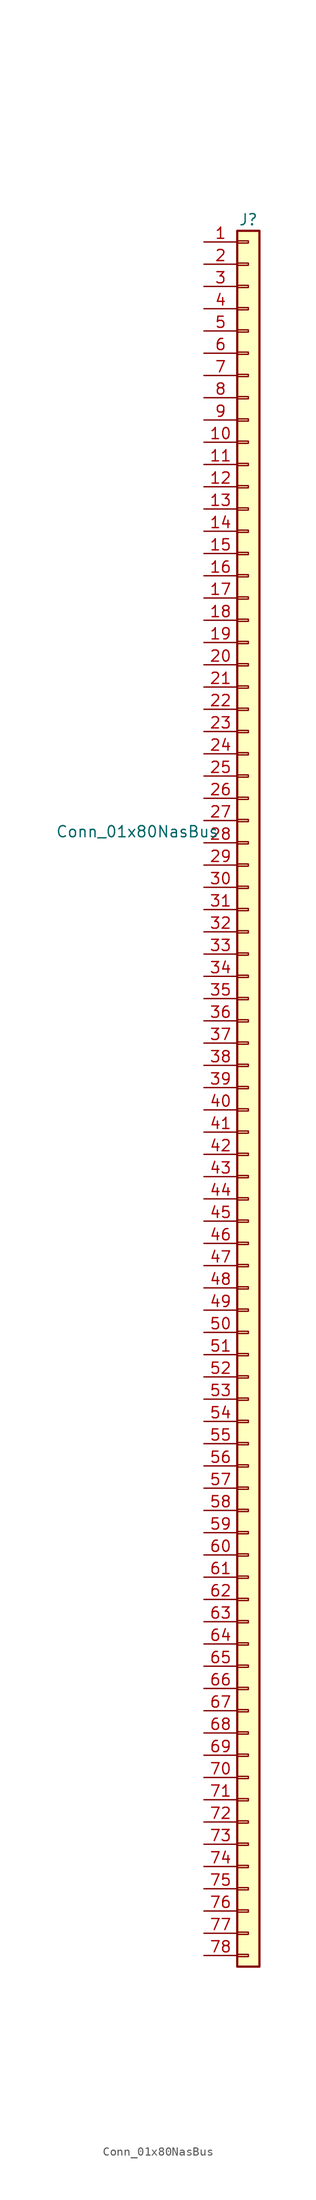
<source format=kicad_sym>
(kicad_symbol_lib
  (version 20211014)
  (generator kicad_symbol_editor)
  (symbol "Conn_01x80NasBus"
    (pin_names
      (offset 1.016) hide)
    (property "Reference" "J"
      (at 5.08 101.6 0)
      (effects (font (size 1.27 1.27))))
    (property "Value" "Conn_01x80NasBus"
      (at -7.62 31.75 0)
      (effects (font (size 1.27 1.27))))
    (symbol "Conn_01x80NasBus_1_1"
      (rectangle (start 3.81 -96.393) (end 5.08 -96.647) (stroke (width 0.152) (type default) (color 0 0 0 0)) (fill (type none)))
      (rectangle (start 3.81 -93.853) (end 5.08 -94.107) (stroke (width 0.152) (type default) (color 0 0 0 0)) (fill (type none)))
      (rectangle (start 3.81 -91.313) (end 5.08 -91.567) (stroke (width 0.152) (type default) (color 0 0 0 0)) (fill (type none)))
      (rectangle (start 3.81 -88.773) (end 5.08 -89.027) (stroke (width 0.152) (type default) (color 0 0 0 0)) (fill (type none)))
      (rectangle (start 3.81 -86.233) (end 5.08 -86.487) (stroke (width 0.152) (type default) (color 0 0 0 0)) (fill (type none)))
      (rectangle (start 3.81 -83.693) (end 5.08 -83.947) (stroke (width 0.152) (type default) (color 0 0 0 0)) (fill (type none)))
      (rectangle (start 3.81 -81.153) (end 5.08 -81.407) (stroke (width 0.152) (type default) (color 0 0 0 0)) (fill (type none)))
      (rectangle (start 3.81 -78.613) (end 5.08 -78.867) (stroke (width 0.152) (type default) (color 0 0 0 0)) (fill (type none)))
      (rectangle (start 3.81 -76.073) (end 5.08 -76.327) (stroke (width 0.152) (type default) (color 0 0 0 0)) (fill (type none)))
      (rectangle (start 3.81 -73.533) (end 5.08 -73.787) (stroke (width 0.152) (type default) (color 0 0 0 0)) (fill (type none)))
      (rectangle (start 3.81 -70.993) (end 5.08 -71.247) (stroke (width 0.152) (type default) (color 0 0 0 0)) (fill (type none)))
      (rectangle (start 3.81 -68.453) (end 5.08 -68.707) (stroke (width 0.152) (type default) (color 0 0 0 0)) (fill (type none)))
      (rectangle (start 3.81 -65.913) (end 5.08 -66.167) (stroke (width 0.152) (type default) (color 0 0 0 0)) (fill (type none)))
      (rectangle (start 3.81 -63.373) (end 5.08 -63.627) (stroke (width 0.152) (type default) (color 0 0 0 0)) (fill (type none)))
      (rectangle (start 3.81 -60.833) (end 5.08 -61.087) (stroke (width 0.152) (type default) (color 0 0 0 0)) (fill (type none)))
      (rectangle (start 3.81 -58.293) (end 5.08 -58.547) (stroke (width 0.152) (type default) (color 0 0 0 0)) (fill (type none)))
      (rectangle (start 3.81 -55.753) (end 5.08 -56.007) (stroke (width 0.152) (type default) (color 0 0 0 0)) (fill (type none)))
      (rectangle (start 3.81 -53.213) (end 5.08 -53.467) (stroke (width 0.152) (type default) (color 0 0 0 0)) (fill (type none)))
      (rectangle (start 3.81 -50.673) (end 5.08 -50.927) (stroke (width 0.152) (type default) (color 0 0 0 0)) (fill (type none)))
      (rectangle (start 3.81 -48.133) (end 5.08 -48.387) (stroke (width 0.152) (type default) (color 0 0 0 0)) (fill (type none)))
      (rectangle (start 3.81 -45.593) (end 5.08 -45.847) (stroke (width 0.152) (type default) (color 0 0 0 0)) (fill (type none)))
      (rectangle (start 3.81 -43.053) (end 5.08 -43.307) (stroke (width 0.152) (type default) (color 0 0 0 0)) (fill (type none)))
      (rectangle (start 3.81 -40.513) (end 5.08 -40.767) (stroke (width 0.152) (type default) (color 0 0 0 0)) (fill (type none)))
      (rectangle (start 3.81 -37.973) (end 5.08 -38.227) (stroke (width 0.152) (type default) (color 0 0 0 0)) (fill (type none)))
      (rectangle (start 3.81 -35.433) (end 5.08 -35.687) (stroke (width 0.152) (type default) (color 0 0 0 0)) (fill (type none)))
      (rectangle (start 3.81 -32.893) (end 5.08 -33.147) (stroke (width 0.152) (type default) (color 0 0 0 0)) (fill (type none)))
      (rectangle (start 3.81 -30.353) (end 5.08 -30.607) (stroke (width 0.152) (type default) (color 0 0 0 0)) (fill (type none)))
      (rectangle (start 3.81 -27.813) (end 5.08 -28.067) (stroke (width 0.152) (type default) (color 0 0 0 0)) (fill (type none)))
      (rectangle (start 3.81 -25.273) (end 5.08 -25.527) (stroke (width 0.152) (type default) (color 0 0 0 0)) (fill (type none)))
      (rectangle (start 3.81 -22.733) (end 5.08 -22.987) (stroke (width 0.152) (type default) (color 0 0 0 0)) (fill (type none)))
      (rectangle (start 3.81 -20.193) (end 5.08 -20.447) (stroke (width 0.152) (type default) (color 0 0 0 0)) (fill (type none)))
      (rectangle (start 3.81 -17.653) (end 5.08 -17.907) (stroke (width 0.152) (type default) (color 0 0 0 0)) (fill (type none)))
      (rectangle (start 3.81 -15.113) (end 5.08 -15.367) (stroke (width 0.152) (type default) (color 0 0 0 0)) (fill (type none)))
      (rectangle (start 3.81 -12.573) (end 5.08 -12.827) (stroke (width 0.152) (type default) (color 0 0 0 0)) (fill (type none)))
      (rectangle (start 3.81 -10.033) (end 5.08 -10.287) (stroke (width 0.152) (type default) (color 0 0 0 0)) (fill (type none)))
      (rectangle (start 3.81 -7.493) (end 5.08 -7.747) (stroke (width 0.152) (type default) (color 0 0 0 0)) (fill (type none)))
      (rectangle (start 3.81 -4.953) (end 5.08 -5.207) (stroke (width 0.152) (type default) (color 0 0 0 0)) (fill (type none)))
      (rectangle (start 3.81 -2.413) (end 5.08 -2.667) (stroke (width 0.152) (type default) (color 0 0 0 0)) (fill (type none)))
      (rectangle (start 3.81 0.127) (end 5.08 -0.127) (stroke (width 0.152) (type default) (color 0 0 0 0)) (fill (type none)))
      (rectangle (start 3.81 2.667) (end 5.08 2.413) (stroke (width 0.152) (type default) (color 0 0 0 0)) (fill (type none)))
      (rectangle (start 3.81 5.207) (end 5.08 4.953) (stroke (width 0.152) (type default) (color 0 0 0 0)) (fill (type none)))
      (rectangle (start 3.81 7.747) (end 5.08 7.493) (stroke (width 0.152) (type default) (color 0 0 0 0)) (fill (type none)))
      (rectangle (start 3.81 10.287) (end 5.08 10.033) (stroke (width 0.152) (type default) (color 0 0 0 0)) (fill (type none)))
      (rectangle (start 3.81 12.827) (end 5.08 12.573) (stroke (width 0.152) (type default) (color 0 0 0 0)) (fill (type none)))
      (rectangle (start 3.81 15.367) (end 5.08 15.113) (stroke (width 0.152) (type default) (color 0 0 0 0)) (fill (type none)))
      (rectangle (start 3.81 17.907) (end 5.08 17.653) (stroke (width 0.152) (type default) (color 0 0 0 0)) (fill (type none)))
      (rectangle (start 3.81 20.447) (end 5.08 20.193) (stroke (width 0.152) (type default) (color 0 0 0 0)) (fill (type none)))
      (rectangle (start 3.81 22.987) (end 5.08 22.733) (stroke (width 0.152) (type default) (color 0 0 0 0)) (fill (type none)))
      (rectangle (start 3.81 25.527) (end 5.08 25.273) (stroke (width 0.152) (type default) (color 0 0 0 0)) (fill (type none)))
      (rectangle (start 3.81 28.067) (end 5.08 27.813) (stroke (width 0.152) (type default) (color 0 0 0 0)) (fill (type none)))
      (rectangle (start 3.81 30.607) (end 5.08 30.353) (stroke (width 0.152) (type default) (color 0 0 0 0)) (fill (type none)))
      (rectangle (start 3.81 33.147) (end 5.08 32.893) (stroke (width 0.152) (type default) (color 0 0 0 0)) (fill (type none)))
      (rectangle (start 3.81 35.687) (end 5.08 35.433) (stroke (width 0.152) (type default) (color 0 0 0 0)) (fill (type none)))
      (rectangle (start 3.81 38.227) (end 5.08 37.973) (stroke (width 0.152) (type default) (color 0 0 0 0)) (fill (type none)))
      (rectangle (start 3.81 40.767) (end 5.08 40.513) (stroke (width 0.152) (type default) (color 0 0 0 0)) (fill (type none)))
      (rectangle (start 3.81 43.307) (end 5.08 43.053) (stroke (width 0.152) (type default) (color 0 0 0 0)) (fill (type none)))
      (rectangle (start 3.81 45.847) (end 5.08 45.593) (stroke (width 0.152) (type default) (color 0 0 0 0)) (fill (type none)))
      (rectangle (start 3.81 48.387) (end 5.08 48.133) (stroke (width 0.152) (type default) (color 0 0 0 0)) (fill (type none)))
      (rectangle (start 3.81 50.927) (end 5.08 50.673) (stroke (width 0.152) (type default) (color 0 0 0 0)) (fill (type none)))
      (rectangle (start 3.81 53.467) (end 5.08 53.213) (stroke (width 0.152) (type default) (color 0 0 0 0)) (fill (type none)))
      (rectangle (start 3.81 56.007) (end 5.08 55.753) (stroke (width 0.152) (type default) (color 0 0 0 0)) (fill (type none)))
      (rectangle (start 3.81 58.547) (end 5.08 58.293) (stroke (width 0.152) (type default) (color 0 0 0 0)) (fill (type none)))
      (rectangle (start 3.81 61.087) (end 5.08 60.833) (stroke (width 0.152) (type default) (color 0 0 0 0)) (fill (type none)))
      (rectangle (start 3.81 63.627) (end 5.08 63.373) (stroke (width 0.152) (type default) (color 0 0 0 0)) (fill (type none)))
      (rectangle (start 3.81 66.167) (end 5.08 65.913) (stroke (width 0.152) (type default) (color 0 0 0 0)) (fill (type none)))
      (rectangle (start 3.81 68.707) (end 5.08 68.453) (stroke (width 0.152) (type default) (color 0 0 0 0)) (fill (type none)))
      (rectangle (start 3.81 71.247) (end 5.08 70.993) (stroke (width 0.152) (type default) (color 0 0 0 0)) (fill (type none)))
      (rectangle (start 3.81 73.787) (end 5.08 73.533) (stroke (width 0.152) (type default) (color 0 0 0 0)) (fill (type none)))
      (rectangle (start 3.81 76.327) (end 5.08 76.073) (stroke (width 0.152) (type default) (color 0 0 0 0)) (fill (type none)))
      (rectangle (start 3.81 78.867) (end 5.08 78.613) (stroke (width 0.152) (type default) (color 0 0 0 0)) (fill (type none)))
      (rectangle (start 3.81 81.407) (end 5.08 81.153) (stroke (width 0.152) (type default) (color 0 0 0 0)) (fill (type none)))
      (rectangle (start 3.81 83.947) (end 5.08 83.693) (stroke (width 0.152) (type default) (color 0 0 0 0)) (fill (type none)))
      (rectangle (start 3.81 86.487) (end 5.08 86.233) (stroke (width 0.152) (type default) (color 0 0 0 0)) (fill (type none)))
      (rectangle (start 3.81 89.027) (end 5.08 88.773) (stroke (width 0.152) (type default) (color 0 0 0 0)) (fill (type none)))
      (rectangle (start 3.81 91.567) (end 5.08 91.313) (stroke (width 0.152) (type default) (color 0 0 0 0)) (fill (type none)))
      (rectangle (start 3.81 94.107) (end 5.08 93.853) (stroke (width 0.152) (type default) (color 0 0 0 0)) (fill (type none)))
      (rectangle (start 3.81 96.647) (end 5.08 96.393) (stroke (width 0.152) (type default) (color 0 0 0 0)) (fill (type none)))
      (rectangle (start 3.81 99.187) (end 5.08 98.933) (stroke (width 0.152) (type default) (color 0 0 0 0)) (fill (type none)))
      (rectangle (start 3.81 100.33) (end 6.35 -97.79) (stroke (width 0.254) (type default) (color 0 0 0 0)) (fill (type background)))
      (pin passive line (at 0 99.06 0) (length 3.81) (name "Pin_1_0v" (effects (font (size 1.27 1.27)))) (number "1" (effects (font (size 1.27 1.27)))))
      (pin passive line (at 0 76.2 0) (length 3.81) (name "Pin_10" (effects (font (size 1.27 1.27)))) (number "10" (effects (font (size 1.27 1.27)))))
      (pin passive line (at 0 73.66 0) (length 3.81) (name "Pin_11" (effects (font (size 1.27 1.27)))) (number "11" (effects (font (size 1.27 1.27)))))
      (pin passive line (at 0 71.12 0) (length 3.81) (name "Pin_12" (effects (font (size 1.27 1.27)))) (number "12" (effects (font (size 1.27 1.27)))))
      (pin passive line (at 0 68.58 0) (length 3.81) (name "Pin_13" (effects (font (size 1.27 1.27)))) (number "13" (effects (font (size 1.27 1.27)))))
      (pin passive line (at 0 66.04 0) (length 3.81) (name "Pin_14" (effects (font (size 1.27 1.27)))) (number "14" (effects (font (size 1.27 1.27)))))
      (pin passive line (at 0 63.5 0) (length 3.81) (name "Pin_15" (effects (font (size 1.27 1.27)))) (number "15" (effects (font (size 1.27 1.27)))))
      (pin passive line (at 0 60.96 0) (length 3.81) (name "Pin_16" (effects (font (size 1.27 1.27)))) (number "16" (effects (font (size 1.27 1.27)))))
      (pin passive line (at 0 58.42 0) (length 3.81) (name "Pin_17" (effects (font (size 1.27 1.27)))) (number "17" (effects (font (size 1.27 1.27)))))
      (pin passive line (at 0 55.88 0) (length 3.81) (name "Pin_18" (effects (font (size 1.27 1.27)))) (number "18" (effects (font (size 1.27 1.27)))))
      (pin passive line (at 0 53.34 0) (length 3.81) (name "Pin_19" (effects (font (size 1.27 1.27)))) (number "19" (effects (font (size 1.27 1.27)))))
      (pin passive line (at 0 96.52 0) (length 3.81) (name "Pin_2_0v" (effects (font (size 1.27 1.27)))) (number "2" (effects (font (size 1.27 1.27)))))
      (pin passive line (at 0 50.8 0) (length 3.81) (name "Pin_20" (effects (font (size 1.27 1.27)))) (number "20" (effects (font (size 1.27 1.27)))))
      (pin passive line (at 0 48.26 0) (length 3.81) (name "Pin_21" (effects (font (size 1.27 1.27)))) (number "21" (effects (font (size 1.27 1.27)))))
      (pin passive line (at 0 45.72 0) (length 3.81) (name "Pin_22" (effects (font (size 1.27 1.27)))) (number "22" (effects (font (size 1.27 1.27)))))
      (pin passive line (at 0 43.18 0) (length 3.81) (name "Pin_23" (effects (font (size 1.27 1.27)))) (number "23" (effects (font (size 1.27 1.27)))))
      (pin passive line (at 0 40.64 0) (length 3.81) (name "Pin_24" (effects (font (size 1.27 1.27)))) (number "24" (effects (font (size 1.27 1.27)))))
      (pin passive line (at 0 38.1 0) (length 3.81) (name "Pin_25" (effects (font (size 1.27 1.27)))) (number "25" (effects (font (size 1.27 1.27)))))
      (pin passive line (at 0 35.56 0) (length 3.81) (name "Pin_26" (effects (font (size 1.27 1.27)))) (number "26" (effects (font (size 1.27 1.27)))))
      (pin passive line (at 0 33.02 0) (length 3.81) (name "Pin_27" (effects (font (size 1.27 1.27)))) (number "27" (effects (font (size 1.27 1.27)))))
      (pin passive line (at 0 30.48 0) (length 3.81) (name "Pin_28" (effects (font (size 1.27 1.27)))) (number "28" (effects (font (size 1.27 1.27)))))
      (pin passive line (at 0 27.94 0) (length 3.81) (name "Pin_29" (effects (font (size 1.27 1.27)))) (number "29" (effects (font (size 1.27 1.27)))))
      (pin passive line (at 0 93.98 0) (length 3.81) (name "Pin_3_0v" (effects (font (size 1.27 1.27)))) (number "3" (effects (font (size 1.27 1.27)))))
      (pin passive line (at 0 25.4 0) (length 3.81) (name "Pin_30" (effects (font (size 1.27 1.27)))) (number "30" (effects (font (size 1.27 1.27)))))
      (pin passive line (at 0 22.86 0) (length 3.81) (name "Pin_31" (effects (font (size 1.27 1.27)))) (number "31" (effects (font (size 1.27 1.27)))))
      (pin passive line (at 0 20.32 0) (length 3.81) (name "Pin_32" (effects (font (size 1.27 1.27)))) (number "32" (effects (font (size 1.27 1.27)))))
      (pin passive line (at 0 17.78 0) (length 3.81) (name "Pin_33" (effects (font (size 1.27 1.27)))) (number "33" (effects (font (size 1.27 1.27)))))
      (pin passive line (at 0 15.24 0) (length 3.81) (name "Pin_34" (effects (font (size 1.27 1.27)))) (number "34" (effects (font (size 1.27 1.27)))))
      (pin passive line (at 0 12.7 0) (length 3.81) (name "Pin_35" (effects (font (size 1.27 1.27)))) (number "35" (effects (font (size 1.27 1.27)))))
      (pin passive line (at 0 10.16 0) (length 3.81) (name "Pin_36" (effects (font (size 1.27 1.27)))) (number "36" (effects (font (size 1.27 1.27)))))
      (pin passive line (at 0 7.62 0) (length 3.81) (name "Pin_37" (effects (font (size 1.27 1.27)))) (number "37" (effects (font (size 1.27 1.27)))))
      (pin passive line (at 0 5.08 0) (length 3.81) (name "Pin_38" (effects (font (size 1.27 1.27)))) (number "38" (effects (font (size 1.27 1.27)))))
      (pin passive line (at 0 2.54 0) (length 3.81) (name "Pin_39" (effects (font (size 1.27 1.27)))) (number "39" (effects (font (size 1.27 1.27)))))
      (pin passive line (at 0 91.44 0) (length 3.81) (name "Pin_4_0v" (effects (font (size 1.27 1.27)))) (number "4" (effects (font (size 1.27 1.27)))))
      (pin passive line (at 0 0 0) (length 3.81) (name "Pin_40" (effects (font (size 1.27 1.27)))) (number "40" (effects (font (size 1.27 1.27)))))
      (pin passive line (at 0 -2.54 0) (length 3.81) (name "Pin_41" (effects (font (size 1.27 1.27)))) (number "41" (effects (font (size 1.27 1.27)))))
      (pin passive line (at 0 -5.08 0) (length 3.81) (name "Pin_42" (effects (font (size 1.27 1.27)))) (number "42" (effects (font (size 1.27 1.27)))))
      (pin passive line (at 0 -7.62 0) (length 3.81) (name "Pin_43" (effects (font (size 1.27 1.27)))) (number "43" (effects (font (size 1.27 1.27)))))
      (pin passive line (at 0 -10.16 0) (length 3.81) (name "Pin_44" (effects (font (size 1.27 1.27)))) (number "44" (effects (font (size 1.27 1.27)))))
      (pin passive line (at 0 -12.7 0) (length 3.81) (name "Pin_45" (effects (font (size 1.27 1.27)))) (number "45" (effects (font (size 1.27 1.27)))))
      (pin passive line (at 0 -15.24 0) (length 3.81) (name "Pin_46" (effects (font (size 1.27 1.27)))) (number "46" (effects (font (size 1.27 1.27)))))
      (pin passive line (at 0 -17.78 0) (length 3.81) (name "Pin_47" (effects (font (size 1.27 1.27)))) (number "47" (effects (font (size 1.27 1.27)))))
      (pin passive line (at 0 -20.32 0) (length 3.81) (name "Pin_48" (effects (font (size 1.27 1.27)))) (number "48" (effects (font (size 1.27 1.27)))))
      (pin passive line (at 0 -22.86 0) (length 3.81) (name "Pin_49" (effects (font (size 1.27 1.27)))) (number "49" (effects (font (size 1.27 1.27)))))
      (pin passive line (at 0 88.9 0) (length 3.81) (name "Pin_5" (effects (font (size 1.27 1.27)))) (number "5" (effects (font (size 1.27 1.27)))))
      (pin passive line (at 0 -25.4 0) (length 3.81) (name "Pin_50" (effects (font (size 1.27 1.27)))) (number "50" (effects (font (size 1.27 1.27)))))
      (pin passive line (at 0 -27.94 0) (length 3.81) (name "Pin_51" (effects (font (size 1.27 1.27)))) (number "51" (effects (font (size 1.27 1.27)))))
      (pin passive line (at 0 -30.48 0) (length 3.81) (name "Pin_52" (effects (font (size 1.27 1.27)))) (number "52" (effects (font (size 1.27 1.27)))))
      (pin passive line (at 0 -33.02 0) (length 3.81) (name "Pin_53" (effects (font (size 1.27 1.27)))) (number "53" (effects (font (size 1.27 1.27)))))
      (pin passive line (at 0 -35.56 0) (length 3.81) (name "Pin_54" (effects (font (size 1.27 1.27)))) (number "54" (effects (font (size 1.27 1.27)))))
      (pin passive line (at 0 -38.1 0) (length 3.81) (name "Pin_55" (effects (font (size 1.27 1.27)))) (number "55" (effects (font (size 1.27 1.27)))))
      (pin passive line (at 0 -40.64 0) (length 3.81) (name "Pin_56" (effects (font (size 1.27 1.27)))) (number "56" (effects (font (size 1.27 1.27)))))
      (pin passive line (at 0 -43.18 0) (length 3.81) (name "Pin_57" (effects (font (size 1.27 1.27)))) (number "57" (effects (font (size 1.27 1.27)))))
      (pin passive line (at 0 -45.72 0) (length 3.81) (name "Pin_58" (effects (font (size 1.27 1.27)))) (number "58" (effects (font (size 1.27 1.27)))))
      (pin passive line (at 0 -48.26 0) (length 3.81) (name "Pin_59" (effects (font (size 1.27 1.27)))) (number "59" (effects (font (size 1.27 1.27)))))
      (pin passive line (at 0 86.36 0) (length 3.81) (name "Pin_6" (effects (font (size 1.27 1.27)))) (number "6" (effects (font (size 1.27 1.27)))))
      (pin passive line (at 0 -50.8 0) (length 3.81) (name "Pin_60" (effects (font (size 1.27 1.27)))) (number "60" (effects (font (size 1.27 1.27)))))
      (pin passive line (at 0 -53.34 0) (length 3.81) (name "Pin_61" (effects (font (size 1.27 1.27)))) (number "61" (effects (font (size 1.27 1.27)))))
      (pin passive line (at 0 -55.88 0) (length 3.81) (name "Pin_62" (effects (font (size 1.27 1.27)))) (number "62" (effects (font (size 1.27 1.27)))))
      (pin passive line (at 0 -58.42 0) (length 3.81) (name "Pin_63" (effects (font (size 1.27 1.27)))) (number "63" (effects (font (size 1.27 1.27)))))
      (pin passive line (at 0 -60.96 0) (length 3.81) (name "Pin_64" (effects (font (size 1.27 1.27)))) (number "64" (effects (font (size 1.27 1.27)))))
      (pin passive line (at 0 -63.5 0) (length 3.81) (name "Pin_65" (effects (font (size 1.27 1.27)))) (number "65" (effects (font (size 1.27 1.27)))))
      (pin passive line (at 0 -66.04 0) (length 3.81) (name "Pin_66" (effects (font (size 1.27 1.27)))) (number "66" (effects (font (size 1.27 1.27)))))
      (pin passive line (at 0 -68.58 0) (length 3.81) (name "Pin_67" (effects (font (size 1.27 1.27)))) (number "67" (effects (font (size 1.27 1.27)))))
      (pin passive line (at 0 -71.12 0) (length 3.81) (name "Pin_68_-5v" (effects (font (size 1.27 1.27)))) (number "68" (effects (font (size 1.27 1.27)))))
      (pin passive line (at 0 -73.66 0) (length 3.81) (name "Pin_69_-5v" (effects (font (size 1.27 1.27)))) (number "69" (effects (font (size 1.27 1.27)))))
      (pin passive line (at 0 83.82 0) (length 3.81) (name "Pin_7" (effects (font (size 1.27 1.27)))) (number "7" (effects (font (size 1.27 1.27)))))
      (pin passive line (at 0 -76.2 0) (length 3.81) (name "Pin_70_-12v" (effects (font (size 1.27 1.27)))) (number "70" (effects (font (size 1.27 1.27)))))
      (pin passive line (at 0 -78.74 0) (length 3.81) (name "Pin_71_-12v" (effects (font (size 1.27 1.27)))) (number "71" (effects (font (size 1.27 1.27)))))
      (pin passive line (at 0 -81.28 0) (length 3.81) (name "Pin_72" (effects (font (size 1.27 1.27)))) (number "72" (effects (font (size 1.27 1.27)))))
      (pin passive line (at 0 -83.82 0) (length 3.81) (name "Pin_73_+12v" (effects (font (size 1.27 1.27)))) (number "73" (effects (font (size 1.27 1.27)))))
      (pin passive line (at 0 -86.36 0) (length 3.81) (name "Pin_74_+12v" (effects (font (size 1.27 1.27)))) (number "74" (effects (font (size 1.27 1.27)))))
      (pin passive line (at 0 -88.9 0) (length 3.81) (name "Pin_75_+5v" (effects (font (size 1.27 1.27)))) (number "75" (effects (font (size 1.27 1.27)))))
      (pin passive line (at 0 -91.44 0) (length 3.81) (name "Pin_76_+5v" (effects (font (size 1.27 1.27)))) (number "76" (effects (font (size 1.27 1.27)))))
      (pin passive line (at 0 -93.98 0) (length 3.81) (name "Pin_77__+5v" (effects (font (size 1.27 1.27)))) (number "77" (effects (font (size 1.27 1.27)))))
      (pin passive line (at 0 -96.52 0) (length 3.81) (name "Pin_78__+5v" (effects (font (size 1.27 1.27)))) (number "78" (effects (font (size 1.27 1.27)))))
      (pin passive line (at 0 81.28 0) (length 3.81) (name "Pin_8" (effects (font (size 1.27 1.27)))) (number "8" (effects (font (size 1.27 1.27)))))
      (pin passive line (at 0 78.74 0) (length 3.81) (name "Pin_9" (effects (font (size 1.27 1.27)))) (number "9" (effects (font (size 1.27 1.27))))))))
</source>
